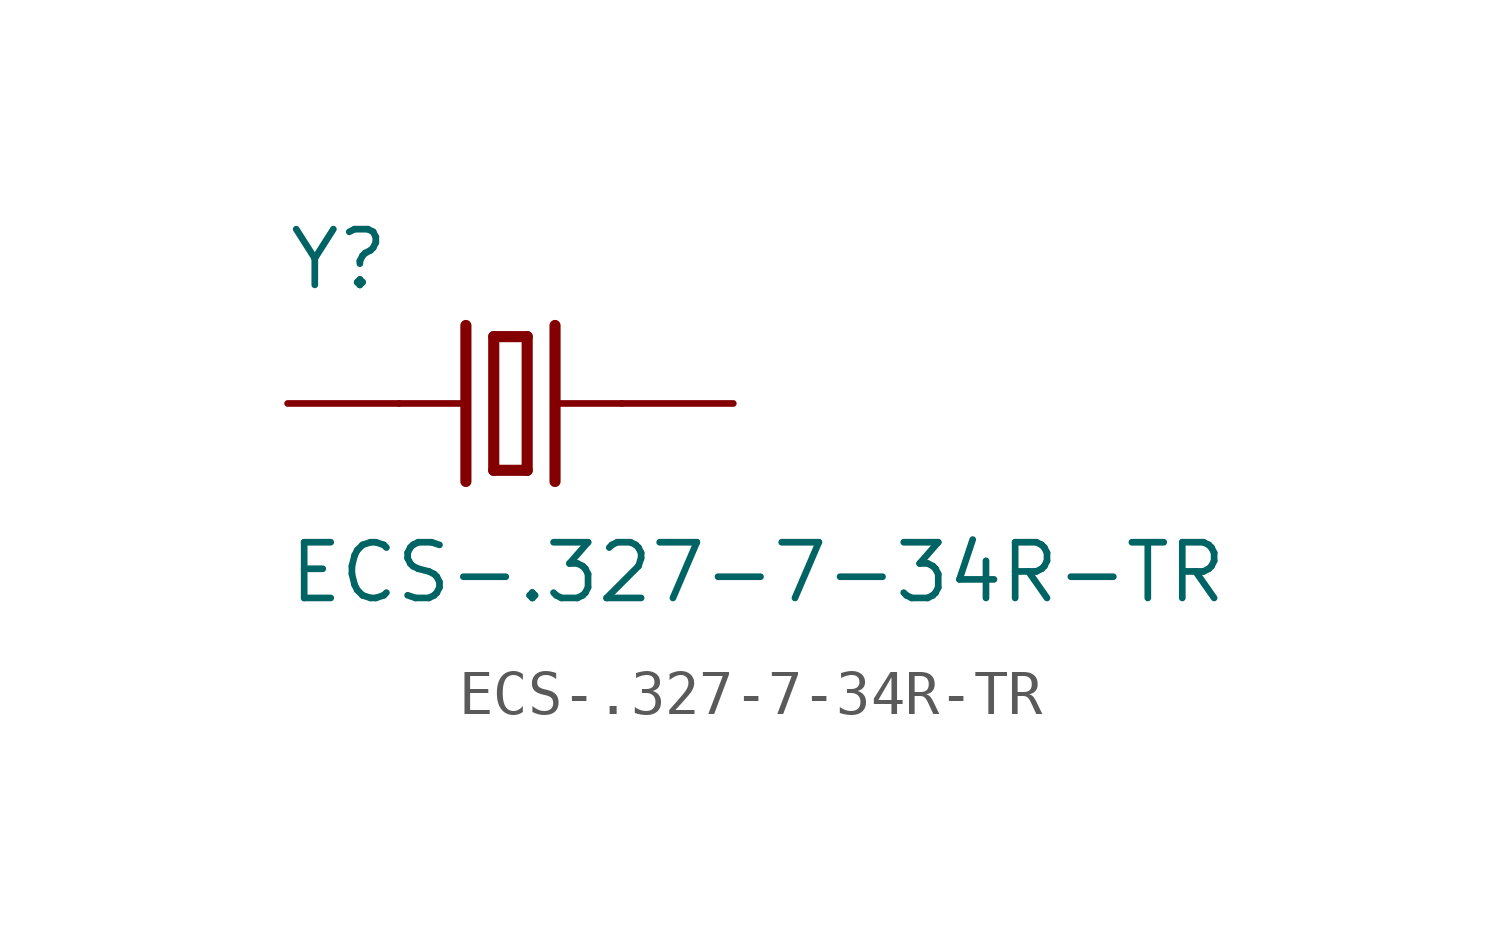
<source format=kicad_sym>
(kicad_symbol_lib
  (version 20220914)
  (generator kicad_symbol_editor)
  (symbol "ECS-.327-7-34R-TR"
    (pin_numbers hide)
    (pin_names
      (offset 1.016) hide)
    (property "Reference" "Y"
      (at -5.105 2.54 0)
      (effects (font (size 1.27 1.27)) (justify left bottom)))
    (property "Value" "ECS-.327-7-34R-TR"
      (at -5.105 -4.597 0)
      (effects (font (size 1.27 1.27)) (justify left bottom)))
    (property "ki_locked" ""
      (at 0 0 0)
      (effects (font (size 1.27 1.27))))
    (symbol "ECS-.327-7-34R-TR_0_0"
      (polyline (pts (xy -2.54 0) (xy -1.016 0)) (stroke (width 0.152) (type solid)) (fill (type none)))
      (polyline (pts (xy -1.016 1.778) (xy -1.016 -1.778)) (stroke (width 0.254) (type solid)) (fill (type none)))
      (polyline (pts (xy -0.381 -1.524) (xy 0.381 -1.524)) (stroke (width 0.254) (type solid)) (fill (type none)))
      (polyline (pts (xy -0.381 1.524) (xy -0.381 -1.524)) (stroke (width 0.254) (type solid)) (fill (type none)))
      (polyline (pts (xy 0.381 -1.524) (xy 0.381 1.524)) (stroke (width 0.254) (type solid)) (fill (type none)))
      (polyline (pts (xy 0.381 1.524) (xy -0.381 1.524)) (stroke (width 0.254) (type solid)) (fill (type none)))
      (polyline (pts (xy 1.016 0) (xy 2.54 0)) (stroke (width 0.152) (type solid)) (fill (type none)))
      (polyline (pts (xy 1.016 1.778) (xy 1.016 -1.778)) (stroke (width 0.254) (type solid)) (fill (type none)))
      (pin passive line (at -5.08 0 0) (length 2.54) (name "~" (effects (font (size 1.016 1.016)))) (number "1" (effects (font (size 1.016 1.016)))))
      (pin passive line (at 5.08 0 180) (length 2.54) (name "~" (effects (font (size 1.016 1.016)))) (number "2" (effects (font (size 1.016 1.016))))))))
</source>
